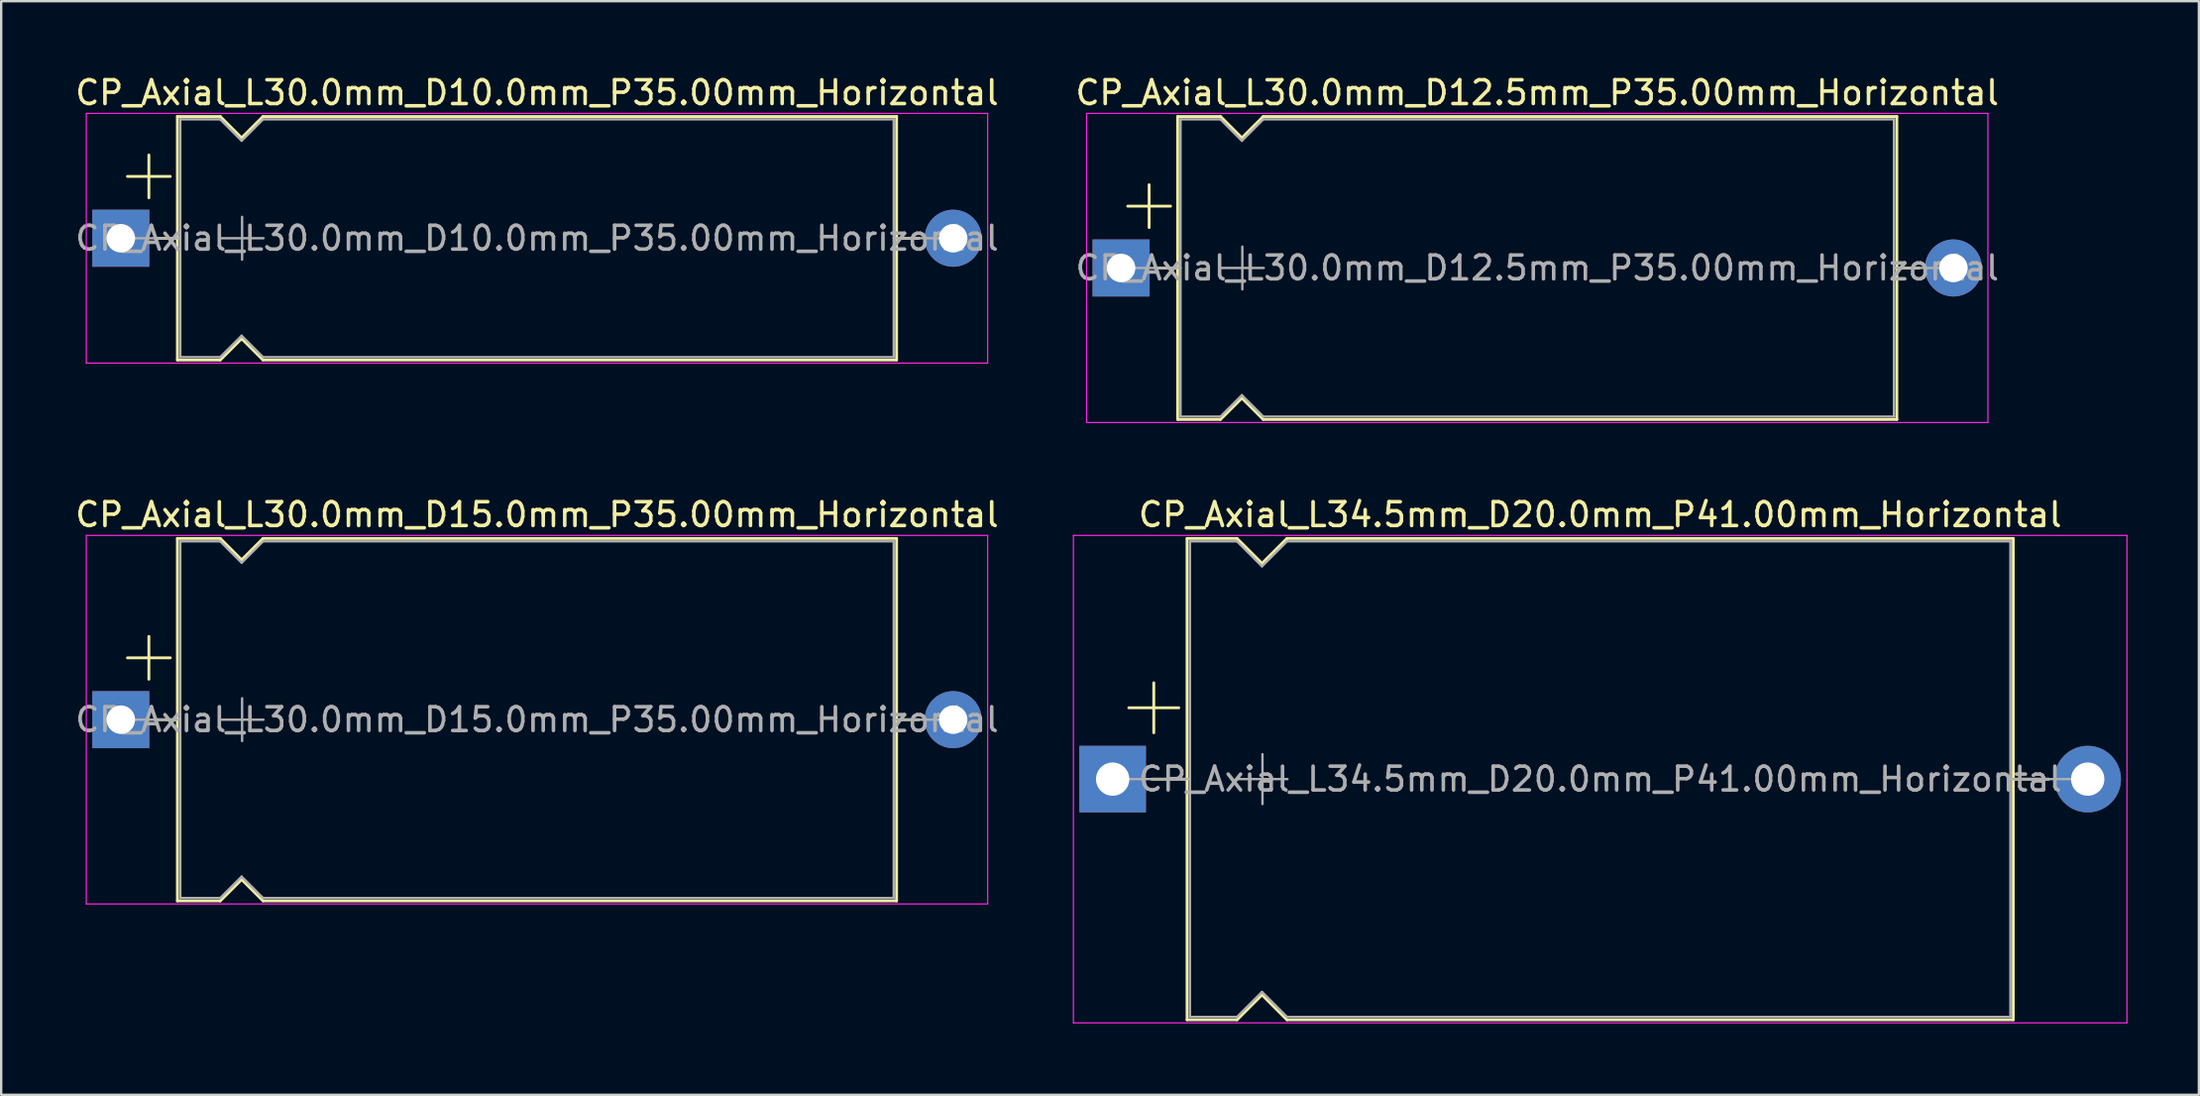
<source format=kicad_pcb>
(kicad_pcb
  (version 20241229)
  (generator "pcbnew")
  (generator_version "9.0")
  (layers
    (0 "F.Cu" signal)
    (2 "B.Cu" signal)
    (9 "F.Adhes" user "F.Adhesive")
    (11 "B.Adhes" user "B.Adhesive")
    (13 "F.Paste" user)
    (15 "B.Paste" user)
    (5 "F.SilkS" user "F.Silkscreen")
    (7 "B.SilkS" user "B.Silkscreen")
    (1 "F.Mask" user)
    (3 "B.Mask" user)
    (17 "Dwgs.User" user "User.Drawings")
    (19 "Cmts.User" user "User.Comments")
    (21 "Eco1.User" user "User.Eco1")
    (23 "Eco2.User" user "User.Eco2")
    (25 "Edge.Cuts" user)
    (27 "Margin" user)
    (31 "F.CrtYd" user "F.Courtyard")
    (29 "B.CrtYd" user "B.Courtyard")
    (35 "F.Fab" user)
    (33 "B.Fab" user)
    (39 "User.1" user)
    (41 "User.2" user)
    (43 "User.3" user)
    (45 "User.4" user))
  (footprint "CP_Axial_L30.0mm_D15.0mm_P35.00mm_Horizontal"
    (layer "F.Cu")
    (at 2.03 27.212)
    (property "Reference" "CP_Axial_L30.0mm_D15.0mm_P35.00mm_Horizontal" (at 17.5 -8.62 0) (layer "F.SilkS") (effects (font (size 1 1) (thickness 0.15))))
    (attr through_hole)
    (fp_line (start 0.28 -2.6) (end 2.08 -2.6) (stroke (width 0.12) (type solid)) (layer "F.SilkS"))
    (fp_line (start 1.18 -3.5) (end 1.18 -1.7) (stroke (width 0.12) (type solid)) (layer "F.SilkS"))
    (fp_line (start 1.44 0) (end 2.38 0) (stroke (width 0.12) (type solid)) (layer "F.SilkS"))
    (fp_line (start 2.38 -7.62) (end 2.38 7.62) (stroke (width 0.12) (type solid)) (layer "F.SilkS"))
    (fp_line (start 2.38 -7.62) (end 4.18 -7.62) (stroke (width 0.12) (type solid)) (layer "F.SilkS"))
    (fp_line (start 2.38 7.62) (end 4.18 7.62) (stroke (width 0.12) (type solid)) (layer "F.SilkS"))
    (fp_line (start 4.18 -7.62) (end 5.08 -6.72) (stroke (width 0.12) (type solid)) (layer "F.SilkS"))
    (fp_line (start 4.18 7.62) (end 5.08 6.72) (stroke (width 0.12) (type solid)) (layer "F.SilkS"))
    (fp_line (start 5.08 -6.72) (end 5.98 -7.62) (stroke (width 0.12) (type solid)) (layer "F.SilkS"))
    (fp_line (start 5.08 6.72) (end 5.98 7.62) (stroke (width 0.12) (type solid)) (layer "F.SilkS"))
    (fp_line (start 5.98 -7.62) (end 32.62 -7.62) (stroke (width 0.12) (type solid)) (layer "F.SilkS"))
    (fp_line (start 5.98 7.62) (end 32.62 7.62) (stroke (width 0.12) (type solid)) (layer "F.SilkS"))
    (fp_line (start 32.62 -7.62) (end 32.62 7.62) (stroke (width 0.12) (type solid)) (layer "F.SilkS"))
    (fp_line (start 33.56 0) (end 32.62 0) (stroke (width 0.12) (type solid)) (layer "F.SilkS"))
    (fp_line (start -1.45 -7.75) (end -1.45 7.75) (stroke (width 0.05) (type solid)) (layer "F.CrtYd"))
    (fp_line (start -1.45 7.75) (end 36.45 7.75) (stroke (width 0.05) (type solid)) (layer "F.CrtYd"))
    (fp_line (start 36.45 -7.75) (end -1.45 -7.75) (stroke (width 0.05) (type solid)) (layer "F.CrtYd"))
    (fp_line (start 36.45 7.75) (end 36.45 -7.75) (stroke (width 0.05) (type solid)) (layer "F.CrtYd"))
    (fp_line (start 0 0) (end 2.5 0) (stroke (width 0.1) (type solid)) (layer "F.Fab"))
    (fp_line (start 2.5 -7.5) (end 2.5 7.5) (stroke (width 0.1) (type solid)) (layer "F.Fab"))
    (fp_line (start 2.5 -7.5) (end 4.18 -7.5) (stroke (width 0.1) (type solid)) (layer "F.Fab"))
    (fp_line (start 2.5 7.5) (end 4.18 7.5) (stroke (width 0.1) (type solid)) (layer "F.Fab"))
    (fp_line (start 4.18 -7.5) (end 5.08 -6.6) (stroke (width 0.1) (type solid)) (layer "F.Fab"))
    (fp_line (start 4.18 7.5) (end 5.08 6.6) (stroke (width 0.1) (type solid)) (layer "F.Fab"))
    (fp_line (start 4.2 0) (end 6 0) (stroke (width 0.1) (type solid)) (layer "F.Fab"))
    (fp_line (start 5.08 -6.6) (end 5.98 -7.5) (stroke (width 0.1) (type solid)) (layer "F.Fab"))
    (fp_line (start 5.08 6.6) (end 5.98 7.5) (stroke (width 0.1) (type solid)) (layer "F.Fab"))
    (fp_line (start 5.1 -0.9) (end 5.1 0.9) (stroke (width 0.1) (type solid)) (layer "F.Fab"))
    (fp_line (start 5.98 -7.5) (end 32.5 -7.5) (stroke (width 0.1) (type solid)) (layer "F.Fab"))
    (fp_line (start 5.98 7.5) (end 32.5 7.5) (stroke (width 0.1) (type solid)) (layer "F.Fab"))
    (fp_line (start 32.5 -7.5) (end 32.5 7.5) (stroke (width 0.1) (type solid)) (layer "F.Fab"))
    (fp_line (start 35 0) (end 32.5 0) (stroke (width 0.1) (type solid)) (layer "F.Fab"))
    (fp_text user "${REFERENCE}" (at 17.5 0 0) (layer "F.Fab") (effects (font (size 1 1) (thickness 0.15))))
    (pad "1" thru_hole rect (at 0 0) (size 2.4 2.4) (drill 1.2) (layers "*.Cu" "*.Mask"))
    (pad "2" thru_hole oval (at 35 0) (size 2.4 2.4) (drill 1.2) (layers "*.Cu" "*.Mask")))
  (footprint "CP_Axial_L30.0mm_D10.0mm_P35.00mm_Horizontal"
    (layer "F.Cu")
    (at 2.03 6.968)
    (property "Reference" "CP_Axial_L30.0mm_D10.0mm_P35.00mm_Horizontal" (at 17.5 -6.12 0) (layer "F.SilkS") (effects (font (size 1 1) (thickness 0.15))))
    (attr through_hole)
    (fp_line (start 0.28 -2.6) (end 2.08 -2.6) (stroke (width 0.12) (type solid)) (layer "F.SilkS"))
    (fp_line (start 1.18 -3.5) (end 1.18 -1.7) (stroke (width 0.12) (type solid)) (layer "F.SilkS"))
    (fp_line (start 1.44 0) (end 2.38 0) (stroke (width 0.12) (type solid)) (layer "F.SilkS"))
    (fp_line (start 2.38 -5.12) (end 2.38 5.12) (stroke (width 0.12) (type solid)) (layer "F.SilkS"))
    (fp_line (start 2.38 -5.12) (end 4.18 -5.12) (stroke (width 0.12) (type solid)) (layer "F.SilkS"))
    (fp_line (start 2.38 5.12) (end 4.18 5.12) (stroke (width 0.12) (type solid)) (layer "F.SilkS"))
    (fp_line (start 4.18 -5.12) (end 5.08 -4.22) (stroke (width 0.12) (type solid)) (layer "F.SilkS"))
    (fp_line (start 4.18 5.12) (end 5.08 4.22) (stroke (width 0.12) (type solid)) (layer "F.SilkS"))
    (fp_line (start 5.08 -4.22) (end 5.98 -5.12) (stroke (width 0.12) (type solid)) (layer "F.SilkS"))
    (fp_line (start 5.08 4.22) (end 5.98 5.12) (stroke (width 0.12) (type solid)) (layer "F.SilkS"))
    (fp_line (start 5.98 -5.12) (end 32.62 -5.12) (stroke (width 0.12) (type solid)) (layer "F.SilkS"))
    (fp_line (start 5.98 5.12) (end 32.62 5.12) (stroke (width 0.12) (type solid)) (layer "F.SilkS"))
    (fp_line (start 32.62 -5.12) (end 32.62 5.12) (stroke (width 0.12) (type solid)) (layer "F.SilkS"))
    (fp_line (start 33.56 0) (end 32.62 0) (stroke (width 0.12) (type solid)) (layer "F.SilkS"))
    (fp_line (start -1.45 -5.25) (end -1.45 5.25) (stroke (width 0.05) (type solid)) (layer "F.CrtYd"))
    (fp_line (start -1.45 5.25) (end 36.45 5.25) (stroke (width 0.05) (type solid)) (layer "F.CrtYd"))
    (fp_line (start 36.45 -5.25) (end -1.45 -5.25) (stroke (width 0.05) (type solid)) (layer "F.CrtYd"))
    (fp_line (start 36.45 5.25) (end 36.45 -5.25) (stroke (width 0.05) (type solid)) (layer "F.CrtYd"))
    (fp_line (start 0 0) (end 2.5 0) (stroke (width 0.1) (type solid)) (layer "F.Fab"))
    (fp_line (start 2.5 -5) (end 2.5 5) (stroke (width 0.1) (type solid)) (layer "F.Fab"))
    (fp_line (start 2.5 -5) (end 4.18 -5) (stroke (width 0.1) (type solid)) (layer "F.Fab"))
    (fp_line (start 2.5 5) (end 4.18 5) (stroke (width 0.1) (type solid)) (layer "F.Fab"))
    (fp_line (start 4.18 -5) (end 5.08 -4.1) (stroke (width 0.1) (type solid)) (layer "F.Fab"))
    (fp_line (start 4.18 5) (end 5.08 4.1) (stroke (width 0.1) (type solid)) (layer "F.Fab"))
    (fp_line (start 4.2 0) (end 6 0) (stroke (width 0.1) (type solid)) (layer "F.Fab"))
    (fp_line (start 5.08 -4.1) (end 5.98 -5) (stroke (width 0.1) (type solid)) (layer "F.Fab"))
    (fp_line (start 5.08 4.1) (end 5.98 5) (stroke (width 0.1) (type solid)) (layer "F.Fab"))
    (fp_line (start 5.1 -0.9) (end 5.1 0.9) (stroke (width 0.1) (type solid)) (layer "F.Fab"))
    (fp_line (start 5.98 -5) (end 32.5 -5) (stroke (width 0.1) (type solid)) (layer "F.Fab"))
    (fp_line (start 5.98 5) (end 32.5 5) (stroke (width 0.1) (type solid)) (layer "F.Fab"))
    (fp_line (start 32.5 -5) (end 32.5 5) (stroke (width 0.1) (type solid)) (layer "F.Fab"))
    (fp_line (start 35 0) (end 32.5 0) (stroke (width 0.1) (type solid)) (layer "F.Fab"))
    (fp_text user "${REFERENCE}" (at 17.5 0 0) (layer "F.Fab") (effects (font (size 1 1) (thickness 0.15))))
    (pad "1" thru_hole rect (at 0 0) (size 2.4 2.4) (drill 1.2) (layers "*.Cu" "*.Mask"))
    (pad "2" thru_hole oval (at 35 0) (size 2.4 2.4) (drill 1.2) (layers "*.Cu" "*.Mask")))
  (footprint "CP_Axial_L34.5mm_D20.0mm_P41.00mm_Horizontal"
    (layer "F.Cu")
    (at 43.735 29.712)
    (property "Reference" "CP_Axial_L34.5mm_D20.0mm_P41.00mm_Horizontal" (at 20.5 -11.12 0) (layer "F.SilkS") (effects (font (size 1 1) (thickness 0.15))))
    (attr through_hole)
    (fp_line (start 0.68 -3) (end 2.78 -3) (stroke (width 0.12) (type solid)) (layer "F.SilkS"))
    (fp_line (start 1.64 0) (end 3.13 0) (stroke (width 0.12) (type solid)) (layer "F.SilkS"))
    (fp_line (start 1.73 -4.05) (end 1.73 -1.95) (stroke (width 0.12) (type solid)) (layer "F.SilkS"))
    (fp_line (start 3.13 -10.12) (end 3.13 10.12) (stroke (width 0.12) (type solid)) (layer "F.SilkS"))
    (fp_line (start 3.13 -10.12) (end 5.23 -10.12) (stroke (width 0.12) (type solid)) (layer "F.SilkS"))
    (fp_line (start 3.13 10.12) (end 5.23 10.12) (stroke (width 0.12) (type solid)) (layer "F.SilkS"))
    (fp_line (start 5.23 -10.12) (end 6.28 -9.07) (stroke (width 0.12) (type solid)) (layer "F.SilkS"))
    (fp_line (start 5.23 10.12) (end 6.28 9.07) (stroke (width 0.12) (type solid)) (layer "F.SilkS"))
    (fp_line (start 6.28 -9.07) (end 7.33 -10.12) (stroke (width 0.12) (type solid)) (layer "F.SilkS"))
    (fp_line (start 6.28 9.07) (end 7.33 10.12) (stroke (width 0.12) (type solid)) (layer "F.SilkS"))
    (fp_line (start 7.33 -10.12) (end 37.87 -10.12) (stroke (width 0.12) (type solid)) (layer "F.SilkS"))
    (fp_line (start 7.33 10.12) (end 37.87 10.12) (stroke (width 0.12) (type solid)) (layer "F.SilkS"))
    (fp_line (start 37.87 -10.12) (end 37.87 10.12) (stroke (width 0.12) (type solid)) (layer "F.SilkS"))
    (fp_line (start 39.36 0) (end 37.87 0) (stroke (width 0.12) (type solid)) (layer "F.SilkS"))
    (fp_line (start -1.65 -10.25) (end -1.65 10.25) (stroke (width 0.05) (type solid)) (layer "F.CrtYd"))
    (fp_line (start -1.65 10.25) (end 42.65 10.25) (stroke (width 0.05) (type solid)) (layer "F.CrtYd"))
    (fp_line (start 42.65 -10.25) (end -1.65 -10.25) (stroke (width 0.05) (type solid)) (layer "F.CrtYd"))
    (fp_line (start 42.65 10.25) (end 42.65 -10.25) (stroke (width 0.05) (type solid)) (layer "F.CrtYd"))
    (fp_line (start 0 0) (end 3.25 0) (stroke (width 0.1) (type solid)) (layer "F.Fab"))
    (fp_line (start 3.25 -10) (end 3.25 10) (stroke (width 0.1) (type solid)) (layer "F.Fab"))
    (fp_line (start 3.25 -10) (end 5.23 -10) (stroke (width 0.1) (type solid)) (layer "F.Fab"))
    (fp_line (start 3.25 10) (end 5.23 10) (stroke (width 0.1) (type solid)) (layer "F.Fab"))
    (fp_line (start 5.23 -10) (end 6.28 -8.95) (stroke (width 0.1) (type solid)) (layer "F.Fab"))
    (fp_line (start 5.23 10) (end 6.28 8.95) (stroke (width 0.1) (type solid)) (layer "F.Fab"))
    (fp_line (start 5.25 0) (end 7.35 0) (stroke (width 0.1) (type solid)) (layer "F.Fab"))
    (fp_line (start 6.28 -8.95) (end 7.33 -10) (stroke (width 0.1) (type solid)) (layer "F.Fab"))
    (fp_line (start 6.28 8.95) (end 7.33 10) (stroke (width 0.1) (type solid)) (layer "F.Fab"))
    (fp_line (start 6.3 -1.05) (end 6.3 1.05) (stroke (width 0.1) (type solid)) (layer "F.Fab"))
    (fp_line (start 7.33 -10) (end 37.75 -10) (stroke (width 0.1) (type solid)) (layer "F.Fab"))
    (fp_line (start 7.33 10) (end 37.75 10) (stroke (width 0.1) (type solid)) (layer "F.Fab"))
    (fp_line (start 37.75 -10) (end 37.75 10) (stroke (width 0.1) (type solid)) (layer "F.Fab"))
    (fp_line (start 41 0) (end 37.75 0) (stroke (width 0.1) (type solid)) (layer "F.Fab"))
    (fp_text user "${REFERENCE}" (at 20.5 0 0) (layer "F.Fab") (effects (font (size 1 1) (thickness 0.15))))
    (pad "1" thru_hole rect (at 0 0) (size 2.8 2.8) (drill 1.4) (layers "*.Cu" "*.Mask"))
    (pad "2" thru_hole oval (at 41 0) (size 2.8 2.8) (drill 1.4) (layers "*.Cu" "*.Mask")))
  (footprint "CP_Axial_L30.0mm_D12.5mm_P35.00mm_Horizontal"
    (layer "F.Cu")
    (at 44.089 8.218)
    (property "Reference" "CP_Axial_L30.0mm_D12.5mm_P35.00mm_Horizontal" (at 17.5 -7.37 0) (layer "F.SilkS") (effects (font (size 1 1) (thickness 0.15))))
    (attr through_hole)
    (fp_line (start 0.28 -2.6) (end 2.08 -2.6) (stroke (width 0.12) (type solid)) (layer "F.SilkS"))
    (fp_line (start 1.18 -3.5) (end 1.18 -1.7) (stroke (width 0.12) (type solid)) (layer "F.SilkS"))
    (fp_line (start 1.44 0) (end 2.38 0) (stroke (width 0.12) (type solid)) (layer "F.SilkS"))
    (fp_line (start 2.38 -6.37) (end 2.38 6.37) (stroke (width 0.12) (type solid)) (layer "F.SilkS"))
    (fp_line (start 2.38 -6.37) (end 4.18 -6.37) (stroke (width 0.12) (type solid)) (layer "F.SilkS"))
    (fp_line (start 2.38 6.37) (end 4.18 6.37) (stroke (width 0.12) (type solid)) (layer "F.SilkS"))
    (fp_line (start 4.18 -6.37) (end 5.08 -5.47) (stroke (width 0.12) (type solid)) (layer "F.SilkS"))
    (fp_line (start 4.18 6.37) (end 5.08 5.47) (stroke (width 0.12) (type solid)) (layer "F.SilkS"))
    (fp_line (start 5.08 -5.47) (end 5.98 -6.37) (stroke (width 0.12) (type solid)) (layer "F.SilkS"))
    (fp_line (start 5.08 5.47) (end 5.98 6.37) (stroke (width 0.12) (type solid)) (layer "F.SilkS"))
    (fp_line (start 5.98 -6.37) (end 32.62 -6.37) (stroke (width 0.12) (type solid)) (layer "F.SilkS"))
    (fp_line (start 5.98 6.37) (end 32.62 6.37) (stroke (width 0.12) (type solid)) (layer "F.SilkS"))
    (fp_line (start 32.62 -6.37) (end 32.62 6.37) (stroke (width 0.12) (type solid)) (layer "F.SilkS"))
    (fp_line (start 33.56 0) (end 32.62 0) (stroke (width 0.12) (type solid)) (layer "F.SilkS"))
    (fp_line (start -1.45 -6.5) (end -1.45 6.5) (stroke (width 0.05) (type solid)) (layer "F.CrtYd"))
    (fp_line (start -1.45 6.5) (end 36.45 6.5) (stroke (width 0.05) (type solid)) (layer "F.CrtYd"))
    (fp_line (start 36.45 -6.5) (end -1.45 -6.5) (stroke (width 0.05) (type solid)) (layer "F.CrtYd"))
    (fp_line (start 36.45 6.5) (end 36.45 -6.5) (stroke (width 0.05) (type solid)) (layer "F.CrtYd"))
    (fp_line (start 0 0) (end 2.5 0) (stroke (width 0.1) (type solid)) (layer "F.Fab"))
    (fp_line (start 2.5 -6.25) (end 2.5 6.25) (stroke (width 0.1) (type solid)) (layer "F.Fab"))
    (fp_line (start 2.5 -6.25) (end 4.18 -6.25) (stroke (width 0.1) (type solid)) (layer "F.Fab"))
    (fp_line (start 2.5 6.25) (end 4.18 6.25) (stroke (width 0.1) (type solid)) (layer "F.Fab"))
    (fp_line (start 4.18 -6.25) (end 5.08 -5.35) (stroke (width 0.1) (type solid)) (layer "F.Fab"))
    (fp_line (start 4.18 6.25) (end 5.08 5.35) (stroke (width 0.1) (type solid)) (layer "F.Fab"))
    (fp_line (start 4.2 0) (end 6 0) (stroke (width 0.1) (type solid)) (layer "F.Fab"))
    (fp_line (start 5.08 -5.35) (end 5.98 -6.25) (stroke (width 0.1) (type solid)) (layer "F.Fab"))
    (fp_line (start 5.08 5.35) (end 5.98 6.25) (stroke (width 0.1) (type solid)) (layer "F.Fab"))
    (fp_line (start 5.1 -0.9) (end 5.1 0.9) (stroke (width 0.1) (type solid)) (layer "F.Fab"))
    (fp_line (start 5.98 -6.25) (end 32.5 -6.25) (stroke (width 0.1) (type solid)) (layer "F.Fab"))
    (fp_line (start 5.98 6.25) (end 32.5 6.25) (stroke (width 0.1) (type solid)) (layer "F.Fab"))
    (fp_line (start 32.5 -6.25) (end 32.5 6.25) (stroke (width 0.1) (type solid)) (layer "F.Fab"))
    (fp_line (start 35 0) (end 32.5 0) (stroke (width 0.1) (type solid)) (layer "F.Fab"))
    (fp_text user "${REFERENCE}" (at 17.5 0 0) (layer "F.Fab") (effects (font (size 1 1) (thickness 0.15))))
    (pad "1" thru_hole rect (at 0 0) (size 2.4 2.4) (drill 1.2) (layers "*.Cu" "*.Mask"))
    (pad "2" thru_hole oval (at 35 0) (size 2.4 2.4) (drill 1.2) (layers "*.Cu" "*.Mask")))
  (gr_rect
    (start -3 -3)
    (end 89.41 42.986)
    (stroke (width 0.1) (type default))
    (fill no)
    (layer "Edge.Cuts")))
</source>
